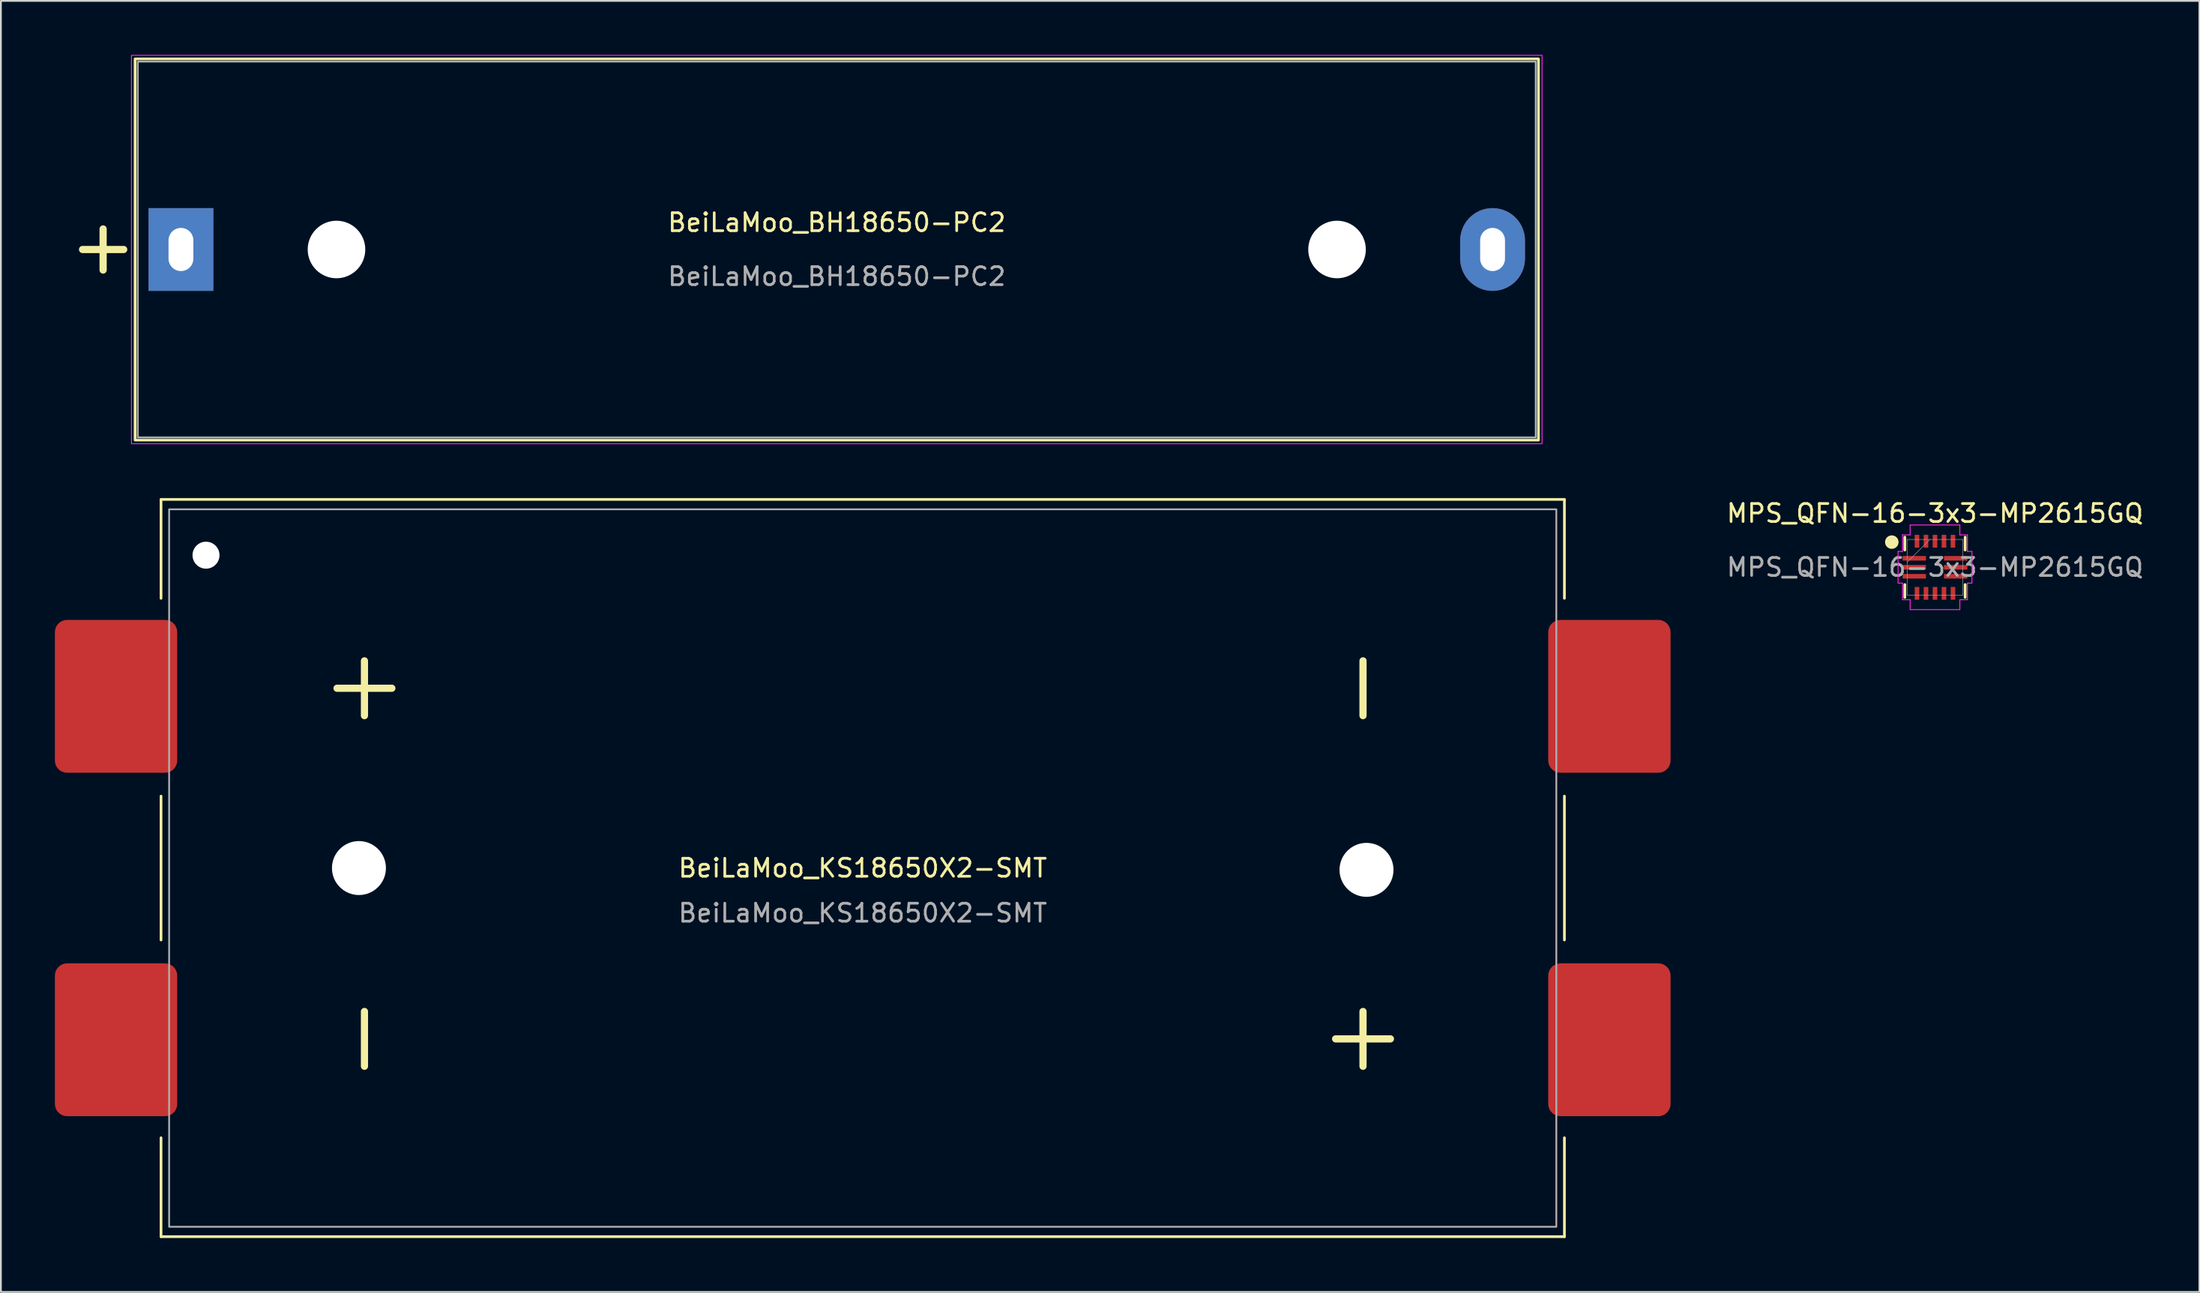
<source format=kicad_pcb>
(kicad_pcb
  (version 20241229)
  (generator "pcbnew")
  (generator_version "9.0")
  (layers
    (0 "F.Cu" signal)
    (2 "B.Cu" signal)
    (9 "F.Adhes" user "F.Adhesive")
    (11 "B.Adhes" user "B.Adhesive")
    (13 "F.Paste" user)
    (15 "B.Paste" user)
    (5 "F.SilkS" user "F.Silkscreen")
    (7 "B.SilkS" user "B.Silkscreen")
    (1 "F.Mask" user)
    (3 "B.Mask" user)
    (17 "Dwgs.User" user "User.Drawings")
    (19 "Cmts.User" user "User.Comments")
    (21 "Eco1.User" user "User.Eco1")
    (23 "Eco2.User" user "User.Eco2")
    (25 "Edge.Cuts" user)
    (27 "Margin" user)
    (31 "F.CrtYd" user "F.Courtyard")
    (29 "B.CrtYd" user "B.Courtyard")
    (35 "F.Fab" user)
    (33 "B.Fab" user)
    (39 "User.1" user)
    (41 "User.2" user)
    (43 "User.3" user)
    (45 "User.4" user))
  (footprint "BeiLaMoo_BH18650-PC2"
    (layer "F.Cu")
    (at 43.457 10.825)
    (property "Reference" "BeiLaMoo_BH18650-PC2" (at 0 -1.5 0) (layer "F.SilkS") (effects (font (size 1 1) (thickness 0.15))))
    (attr through_hole)
    (fp_rect (start -39 -10.6) (end 39 10.6) (stroke (width 0.15) (type default)) (fill no) (layer "F.SilkS"))
    (fp_rect (start -39.2 -10.8) (end 39.2 10.8) (stroke (width 0.05) (type default)) (fill no) (layer "F.CrtYd"))
    (fp_rect (start -38.85 -10.45) (end 38.85 10.45) (stroke (width 0.1) (type default)) (fill no) (layer "F.Fab"))
    (fp_text user "+" (at -41 0 90) (unlocked yes) (layer "F.SilkS") (effects (font (size 3 3) (thickness 0.4))))
    (fp_text user "${REFERENCE}" (at 0 1.5 0) (layer "F.Fab") (effects (font (size 1 1) (thickness 0.15))))
    (pad "" np_thru_hole circle (at -27.805 0) (size 3.2 3.2) (drill 3.2) (layers "*.Cu" "*.Mask"))
    (pad "" np_thru_hole circle (at 27.805 0) (size 3.2 3.2) (drill 3.2) (layers "*.Cu" "*.Mask"))
    (pad "1" thru_hole rect (at -36.45 0) (size 3.6 4.6) (drill oval 1.38 2.4) (layers "*.Cu" "*.Mask"))
    (pad "2" thru_hole oval (at 36.45 0) (size 3.6 4.6) (drill oval 1.38 2.4) (layers "*.Cu" "*.Mask")))
  (footprint "BeiLaMoo_KS18650X2-SMT"
    (layer "F.Cu")
    (at 44.9 45.225)
    (property "Reference" "BeiLaMoo_KS18650X2-SMT" (at 0 0 0) (unlocked yes) (layer "F.SilkS") (effects (font (size 1 1) (thickness 0.15))))
    (attr smd)
    (fp_line (start -39 -20.5) (end 39 -20.5) (stroke (width 0.15) (type default)) (layer "F.SilkS"))
    (fp_line (start -39 -15) (end -39 -20.5) (stroke (width 0.15) (type default)) (layer "F.SilkS"))
    (fp_line (start -39 -4) (end -39 4) (stroke (width 0.15) (type default)) (layer "F.SilkS"))
    (fp_line (start -39 15) (end -39 20.5) (stroke (width 0.15) (type default)) (layer "F.SilkS"))
    (fp_line (start -39 20.5) (end 39 20.5) (stroke (width 0.15) (type default)) (layer "F.SilkS"))
    (fp_line (start 39 -20.5) (end 39 -15) (stroke (width 0.15) (type default)) (layer "F.SilkS"))
    (fp_line (start 39 -4) (end 39 4) (stroke (width 0.15) (type default)) (layer "F.SilkS"))
    (fp_line (start 39 20.5) (end 39 15) (stroke (width 0.15) (type default)) (layer "F.SilkS"))
    (fp_rect (start -38.55 -19.95) (end 38.55 19.95) (stroke (width 0.1) (type default)) (fill no) (layer "F.Fab"))
    (fp_text user "+" (at 27.5 9.5 90) (unlocked yes) (layer "F.SilkS") (effects (font (size 4 4) (thickness 0.4))))
    (fp_text user "+" (at -28 -10 90) (unlocked yes) (layer "F.SilkS") (effects (font (size 4 4) (thickness 0.4))))
    (fp_text user "-" (at 27.5 -10 90) (unlocked yes) (layer "F.SilkS") (effects (font (size 4 4) (thickness 0.4))))
    (fp_text user "-" (at -28 9.5 90) (unlocked yes) (layer "F.SilkS") (effects (font (size 4 4) (thickness 0.4))))
    (fp_text user "${REFERENCE}" (at 0 2.5 0) (unlocked yes) (layer "F.Fab") (effects (font (size 1 1) (thickness 0.15))))
    (pad "" np_thru_hole circle (at -36.5 -17.4) (size 1.5 1.5) (drill 1.5) (layers "*.Cu" "*.Mask"))
    (pad "" np_thru_hole circle (at -28 0) (size 3 3) (drill 3) (layers "*.Cu" "*.Mask"))
    (pad "" np_thru_hole circle (at 28 0.1) (size 3 3) (drill 3) (layers "*.Cu" "*.Mask"))
    (pad "1" smd roundrect (at -41.5 -9.55) (size 6.8 8.5) (layers "F.Cu" "F.Mask" "F.Paste") (roundrect_rratio 0.1))
    (pad "2" smd roundrect (at 41.5 -9.55) (size 6.8 8.5) (layers "F.Cu" "F.Mask" "F.Paste") (roundrect_rratio 0.1))
    (pad "3" smd roundrect (at 41.5 9.55) (size 6.8 8.5) (layers "F.Cu" "F.Mask" "F.Paste") (roundrect_rratio 0.1))
    (pad "4" smd roundrect (at -41.5 9.55) (size 6.8 8.5) (layers "F.Cu" "F.Mask" "F.Paste") (roundrect_rratio 0.1)))
  (footprint "MPS_QFN-16-3x3-MP2615GQ"
    (layer "F.Cu")
    (at 104.496 28.498)
    (property "Reference" "MPS_QFN-16-3x3-MP2615GQ" (at 0 -3 0) (unlocked yes) (layer "F.SilkS") (effects (font (size 1 1) (thickness 0.15))))
    (attr smd)
    (fp_line (start -1.676 -1.676) (end -1.676 -0.96) (stroke (width 0.15) (type solid)) (layer "F.SilkS"))
    (fp_line (start -1.676 0.96) (end -1.676 1.676) (stroke (width 0.15) (type solid)) (layer "F.SilkS"))
    (fp_line (start 1.676 -0.96) (end 1.676 -1.676) (stroke (width 0.15) (type solid)) (layer "F.SilkS"))
    (fp_line (start 1.676 1.676) (end 1.676 0.96) (stroke (width 0.15) (type solid)) (layer "F.SilkS"))
    (fp_circle (center -2.4 -1.4) (end -2.1 -1.4) (stroke (width 0.15) (type solid)) (fill yes) (layer "F.SilkS"))
    (fp_line (start -2.052 -0.881) (end -1.803 -0.881) (stroke (width 0.05) (type solid)) (layer "F.CrtYd"))
    (fp_line (start -2.052 0.881) (end -2.052 -0.881) (stroke (width 0.05) (type solid)) (layer "F.CrtYd"))
    (fp_line (start -1.803 -1.803) (end -1.381 -1.803) (stroke (width 0.05) (type solid)) (layer "F.CrtYd"))
    (fp_line (start -1.803 -0.881) (end -1.803 -1.803) (stroke (width 0.05) (type solid)) (layer "F.CrtYd"))
    (fp_line (start -1.803 0.881) (end -2.052 0.881) (stroke (width 0.05) (type solid)) (layer "F.CrtYd"))
    (fp_line (start -1.803 1.803) (end -1.803 0.881) (stroke (width 0.05) (type solid)) (layer "F.CrtYd"))
    (fp_line (start -1.381 -2.352) (end 1.381 -2.352) (stroke (width 0.05) (type solid)) (layer "F.CrtYd"))
    (fp_line (start -1.381 -1.803) (end -1.381 -2.352) (stroke (width 0.05) (type solid)) (layer "F.CrtYd"))
    (fp_line (start -1.381 1.803) (end -1.803 1.803) (stroke (width 0.05) (type solid)) (layer "F.CrtYd"))
    (fp_line (start -1.381 2.352) (end -1.381 1.803) (stroke (width 0.05) (type solid)) (layer "F.CrtYd"))
    (fp_line (start 1.381 -2.352) (end 1.381 -1.803) (stroke (width 0.05) (type solid)) (layer "F.CrtYd"))
    (fp_line (start 1.381 -1.803) (end 1.803 -1.803) (stroke (width 0.05) (type solid)) (layer "F.CrtYd"))
    (fp_line (start 1.381 1.803) (end 1.381 2.352) (stroke (width 0.05) (type solid)) (layer "F.CrtYd"))
    (fp_line (start 1.381 2.352) (end -1.381 2.352) (stroke (width 0.05) (type solid)) (layer "F.CrtYd"))
    (fp_line (start 1.803 -1.803) (end 1.803 -0.881) (stroke (width 0.05) (type solid)) (layer "F.CrtYd"))
    (fp_line (start 1.803 -0.881) (end 2.052 -0.881) (stroke (width 0.05) (type solid)) (layer "F.CrtYd"))
    (fp_line (start 1.803 0.881) (end 1.803 1.803) (stroke (width 0.05) (type solid)) (layer "F.CrtYd"))
    (fp_line (start 1.803 1.803) (end 1.381 1.803) (stroke (width 0.05) (type solid)) (layer "F.CrtYd"))
    (fp_line (start 2.052 -0.881) (end 2.052 0.881) (stroke (width 0.05) (type solid)) (layer "F.CrtYd"))
    (fp_line (start 2.052 0.881) (end 1.803 0.881) (stroke (width 0.05) (type solid)) (layer "F.CrtYd"))
    (fp_line (start -1.549 -1.549) (end -1.549 1.549) (stroke (width 0.025) (type solid)) (layer "F.Fab"))
    (fp_line (start -1.549 -0.279) (end -0.279 -1.549) (stroke (width 0.025) (type solid)) (layer "F.Fab"))
    (fp_line (start -1.549 1.549) (end 1.549 1.549) (stroke (width 0.025) (type solid)) (layer "F.Fab"))
    (fp_line (start 1.549 -1.549) (end -1.549 -1.549) (stroke (width 0.025) (type solid)) (layer "F.Fab"))
    (fp_line (start 1.549 1.549) (end 1.549 -1.549) (stroke (width 0.025) (type solid)) (layer "F.Fab"))
    (fp_text user "${REFERENCE}" (at 0 0 0) (unlocked yes) (layer "F.Fab") (effects (font (size 1 1) (thickness 0.15))))
    (pad "1" smd rect (at -1.15 -0.5) (size 1.295 0.254) (layers "F.Cu" "F.Mask" "F.Paste"))
    (pad "2" smd rect (at -1.15 0) (size 1.295 0.254) (layers "F.Cu" "F.Mask" "F.Paste"))
    (pad "3" smd rect (at -1.15 0.5) (size 1.295 0.254) (layers "F.Cu" "F.Mask" "F.Paste"))
    (pad "4" smd rect (at -1 1.45 90) (size 0.711 0.254) (layers "F.Cu" "F.Mask" "F.Paste"))
    (pad "5" smd rect (at -0.5 1.45 90) (size 0.711 0.254) (layers "F.Cu" "F.Mask" "F.Paste"))
    (pad "6" smd rect (at 0 1.45 90) (size 0.711 0.254) (layers "F.Cu" "F.Mask" "F.Paste"))
    (pad "7" smd rect (at 0.5 1.45 90) (size 0.711 0.254) (layers "F.Cu" "F.Mask" "F.Paste"))
    (pad "8" smd rect (at 1 1.45 90) (size 0.711 0.254) (layers "F.Cu" "F.Mask" "F.Paste"))
    (pad "9" smd rect (at 1.15 0.5) (size 1.295 0.254) (layers "F.Cu" "F.Mask" "F.Paste"))
    (pad "10" smd rect (at 1.15 0) (size 1.295 0.254) (layers "F.Cu" "F.Mask" "F.Paste"))
    (pad "11" smd rect (at 1.15 -0.5) (size 1.295 0.254) (layers "F.Cu" "F.Mask" "F.Paste"))
    (pad "12" smd rect (at 1 -1.45 90) (size 0.711 0.254) (layers "F.Cu" "F.Mask" "F.Paste"))
    (pad "13" smd rect (at 0.5 -1.45 90) (size 0.711 0.254) (layers "F.Cu" "F.Mask" "F.Paste"))
    (pad "14" smd rect (at 0 -1.45 90) (size 0.711 0.254) (layers "F.Cu" "F.Mask" "F.Paste"))
    (pad "15" smd rect (at -0.5 -1.45 90) (size 0.711 0.254) (layers "F.Cu" "F.Mask" "F.Paste"))
    (pad "16" smd rect (at -1 -1.45 90) (size 0.711 0.254) (layers "F.Cu" "F.Mask" "F.Paste")))
  (gr_rect
    (start -3 -3)
    (end 119.193 68.8)
    (stroke (width 0.1) (type default))
    (fill no)
    (layer "Edge.Cuts")))
</source>
